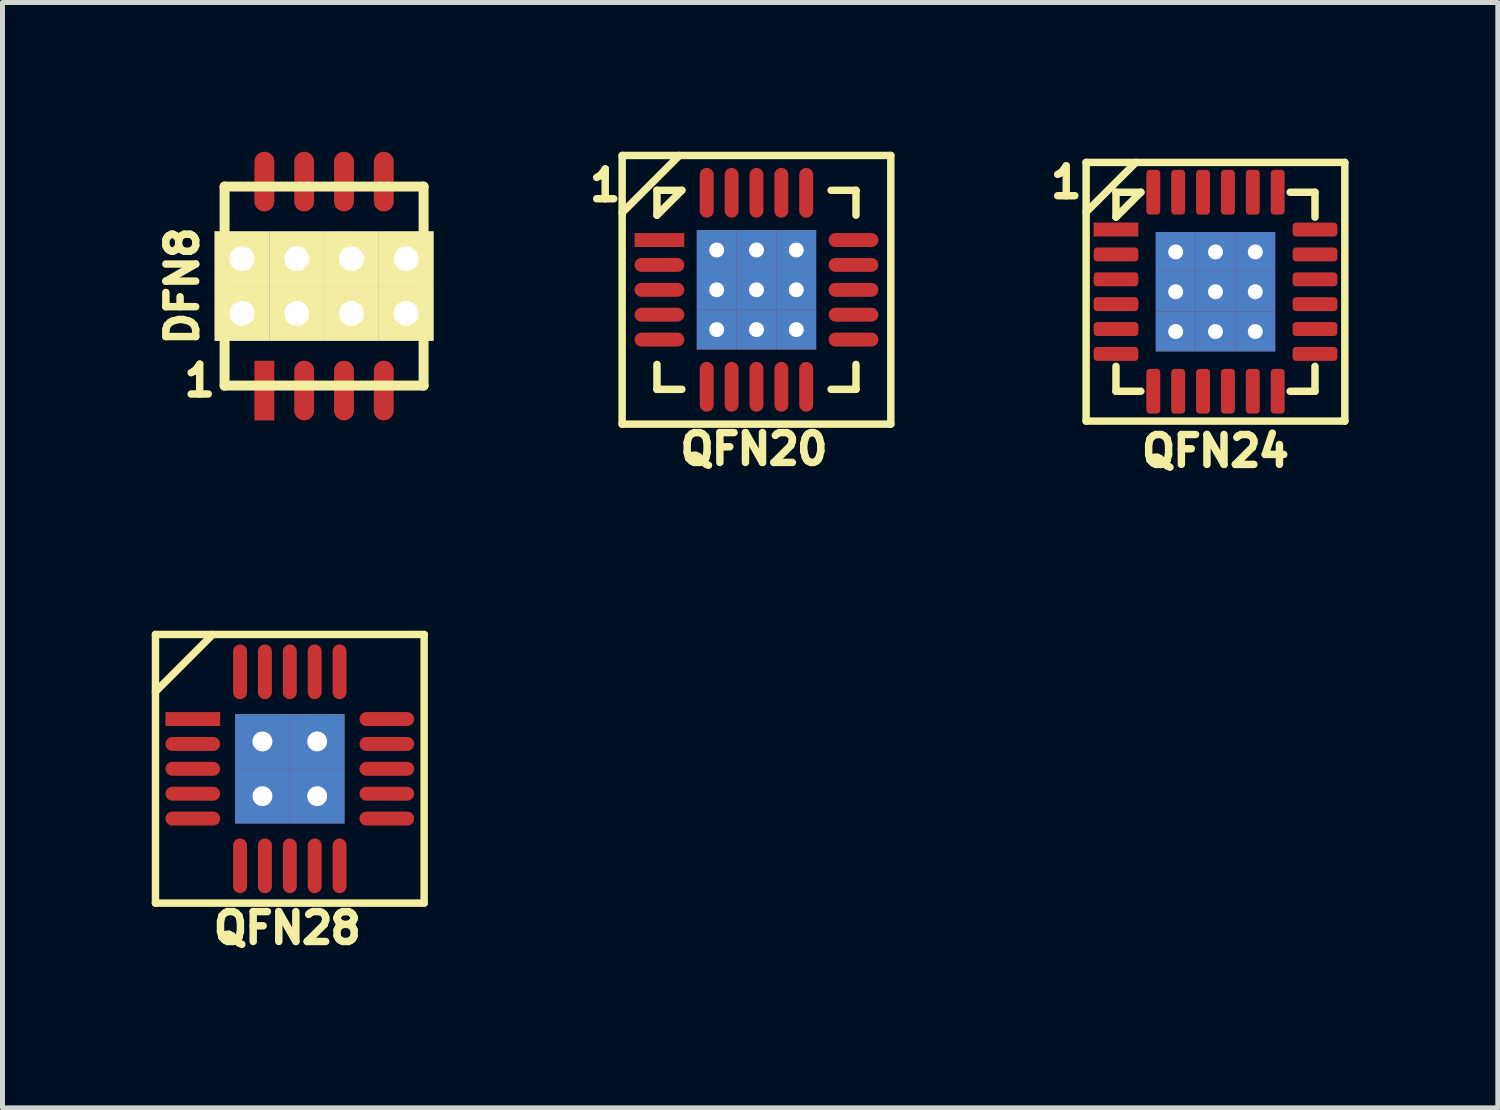
<source format=kicad_pcb>
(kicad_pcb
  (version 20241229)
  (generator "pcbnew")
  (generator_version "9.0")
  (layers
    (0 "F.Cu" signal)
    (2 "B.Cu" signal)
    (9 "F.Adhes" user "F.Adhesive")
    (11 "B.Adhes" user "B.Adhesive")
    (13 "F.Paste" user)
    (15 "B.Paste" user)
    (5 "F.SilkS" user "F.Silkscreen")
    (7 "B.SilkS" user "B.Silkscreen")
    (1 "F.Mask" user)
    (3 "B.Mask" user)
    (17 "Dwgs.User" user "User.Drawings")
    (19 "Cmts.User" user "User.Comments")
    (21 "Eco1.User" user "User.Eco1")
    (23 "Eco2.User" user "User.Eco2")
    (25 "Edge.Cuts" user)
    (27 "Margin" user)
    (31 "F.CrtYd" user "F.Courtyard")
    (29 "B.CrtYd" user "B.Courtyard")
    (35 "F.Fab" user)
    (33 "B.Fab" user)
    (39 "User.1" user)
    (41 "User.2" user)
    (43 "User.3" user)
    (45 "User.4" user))
  (footprint "QFN24"
    (layer "F.Cu")
    (at 21.381 2.814)
    (property "Reference" "QFN24" (at 0 3.2 0) (layer "F.SilkS") (effects (font (size 0.6 0.6) (thickness 0.15))))
    (attr through_hole)
    (fp_line (start -2.6 -2.6) (end 2.6 -2.6) (stroke (width 0.15) (type solid)) (layer "F.SilkS"))
    (fp_line (start -2.6 -1.6) (end -1.6 -2.6) (stroke (width 0.15) (type solid)) (layer "F.SilkS"))
    (fp_line (start -2.6 2.6) (end -2.6 -2.6) (stroke (width 0.15) (type solid)) (layer "F.SilkS"))
    (fp_line (start -2 -2) (end -1.5 -2) (stroke (width 0.15) (type solid)) (layer "F.SilkS"))
    (fp_line (start -2 -1.5) (end -2 -2) (stroke (width 0.15) (type solid)) (layer "F.SilkS"))
    (fp_line (start -2 1.5) (end -2 2) (stroke (width 0.15) (type solid)) (layer "F.SilkS"))
    (fp_line (start -2 2) (end -1.5 2) (stroke (width 0.15) (type solid)) (layer "F.SilkS"))
    (fp_line (start -1.5 -2) (end -2 -1.5) (stroke (width 0.15) (type solid)) (layer "F.SilkS"))
    (fp_line (start 1.5 -2) (end 2 -2) (stroke (width 0.15) (type solid)) (layer "F.SilkS"))
    (fp_line (start 1.5 2) (end 2 2) (stroke (width 0.15) (type solid)) (layer "F.SilkS"))
    (fp_line (start 2 -2) (end 2 -1.5) (stroke (width 0.15) (type solid)) (layer "F.SilkS"))
    (fp_line (start 2 2) (end 2 1.5) (stroke (width 0.15) (type solid)) (layer "F.SilkS"))
    (fp_line (start 2.6 -2.6) (end 2.6 2.6) (stroke (width 0.15) (type solid)) (layer "F.SilkS"))
    (fp_line (start 2.6 2.6) (end -2.6 2.6) (stroke (width 0.15) (type solid)) (layer "F.SilkS"))
    (fp_text user "1" (at -3 -2.2 0) (layer "F.SilkS") (effects (font (size 0.6 0.6) (thickness 0.15))))
    (pad "1" smd rect (at -2 -1.25) (size 0.9 0.28) (layers "F.Cu" "F.Mask" "F.Paste"))
    (pad "2" smd roundrect (at -2 -0.75) (size 0.9 0.28) (layers "F.Cu" "F.Mask" "F.Paste") (roundrect_rratio 0.25))
    (pad "3" smd roundrect (at -2 -0.25) (size 0.9 0.28) (layers "F.Cu" "F.Mask" "F.Paste") (roundrect_rratio 0.25))
    (pad "4" smd roundrect (at -2 0.25) (size 0.9 0.28) (layers "F.Cu" "F.Mask" "F.Paste") (roundrect_rratio 0.25))
    (pad "5" smd roundrect (at -2 0.75) (size 0.9 0.28) (layers "F.Cu" "F.Mask" "F.Paste") (roundrect_rratio 0.25))
    (pad "6" smd roundrect (at -2 1.25) (size 0.9 0.28) (layers "F.Cu" "F.Mask" "F.Paste") (roundrect_rratio 0.25))
    (pad "7" smd roundrect (at -1.25 2 90) (size 0.9 0.28) (layers "F.Cu" "F.Mask" "F.Paste") (roundrect_rratio 0.25))
    (pad "8" smd roundrect (at -0.75 2 90) (size 0.9 0.28) (layers "F.Cu" "F.Mask" "F.Paste") (roundrect_rratio 0.25))
    (pad "9" smd roundrect (at -0.25 2 90) (size 0.9 0.28) (layers "F.Cu" "F.Mask" "F.Paste") (roundrect_rratio 0.25))
    (pad "10" smd roundrect (at 0.25 2 90) (size 0.9 0.28) (layers "F.Cu" "F.Mask" "F.Paste") (roundrect_rratio 0.25))
    (pad "11" smd roundrect (at 0.75 2 90) (size 0.9 0.28) (layers "F.Cu" "F.Mask" "F.Paste") (roundrect_rratio 0.25))
    (pad "12" smd roundrect (at 1.25 2 90) (size 0.9 0.28) (layers "F.Cu" "F.Mask" "F.Paste") (roundrect_rratio 0.25))
    (pad "13" smd roundrect (at 2 1.25) (size 0.9 0.28) (layers "F.Cu" "F.Mask" "F.Paste") (roundrect_rratio 0.25))
    (pad "14" smd roundrect (at 2 0.75) (size 0.9 0.28) (layers "F.Cu" "F.Mask" "F.Paste") (roundrect_rratio 0.25))
    (pad "15" smd roundrect (at 2 0.25) (size 0.9 0.28) (layers "F.Cu" "F.Mask" "F.Paste") (roundrect_rratio 0.25))
    (pad "16" smd roundrect (at 2 -0.25) (size 0.9 0.28) (layers "F.Cu" "F.Mask" "F.Paste") (roundrect_rratio 0.25))
    (pad "17" smd roundrect (at 2 -0.75) (size 0.9 0.28) (layers "F.Cu" "F.Mask" "F.Paste") (roundrect_rratio 0.25))
    (pad "18" smd roundrect (at 2 -1.25) (size 0.9 0.28) (layers "F.Cu" "F.Mask" "F.Paste") (roundrect_rratio 0.25))
    (pad "19" smd roundrect (at 1.25 -2 90) (size 0.9 0.28) (layers "F.Cu" "F.Mask" "F.Paste") (roundrect_rratio 0.25))
    (pad "20" smd roundrect (at 0.75 -2 90) (size 0.9 0.28) (layers "F.Cu" "F.Mask" "F.Paste") (roundrect_rratio 0.25))
    (pad "21" smd roundrect (at 0.25 -2 90) (size 0.9 0.28) (layers "F.Cu" "F.Mask" "F.Paste") (roundrect_rratio 0.25))
    (pad "22" smd roundrect (at -0.25 -2 90) (size 0.9 0.28) (layers "F.Cu" "F.Mask" "F.Paste") (roundrect_rratio 0.25))
    (pad "23" smd roundrect (at -0.75 -2 90) (size 0.9 0.28) (layers "F.Cu" "F.Mask" "F.Paste") (roundrect_rratio 0.25))
    (pad "24" smd roundrect (at -1.25 -2 90) (size 0.9 0.28) (layers "F.Cu" "F.Mask" "F.Paste") (roundrect_rratio 0.25))
    (pad "PAD" thru_hole rect (at -0.8 -0.8) (size 0.8 0.8) (drill 0.3) (layers "*.Cu" "F.Mask" "F.Paste"))
    (pad "PAD" thru_hole rect (at -0.8 0) (size 0.8 0.8) (drill 0.3) (layers "*.Cu" "F.Mask"))
    (pad "PAD" thru_hole rect (at -0.8 0.8) (size 0.8 0.8) (drill 0.3) (layers "*.Cu" "F.Mask" "F.Paste"))
    (pad "PAD" thru_hole rect (at 0 -0.8) (size 0.8 0.8) (drill 0.3) (layers "*.Cu" "F.Mask"))
    (pad "PAD" thru_hole rect (at 0 0) (size 0.8 0.8) (drill 0.3) (layers "*.Cu" "F.Mask" "F.Paste"))
    (pad "PAD" thru_hole rect (at 0 0.8) (size 0.8 0.8) (drill 0.3) (layers "*.Cu" "F.Mask"))
    (pad "PAD" thru_hole rect (at 0.8 -0.8) (size 0.8 0.8) (drill 0.3) (layers "*.Cu" "F.Mask" "F.Paste"))
    (pad "PAD" thru_hole rect (at 0.8 0) (size 0.8 0.8) (drill 0.3) (layers "*.Cu" "F.Mask"))
    (pad "PAD" thru_hole rect (at 0.8 0.8) (size 0.8 0.8) (drill 0.3) (layers "*.Cu" "F.Mask" "F.Paste")))
  (footprint "QFN28"
    (layer "F.Cu")
    (at 2.775 12.403)
    (property "Reference" "QFN28" (at -0.05 3.2 0) (layer "F.SilkS") (effects (font (size 0.6 0.6) (thickness 0.15))))
    (attr through_hole)
    (fp_line (start -2.7 -2.7) (end 2.7 -2.7) (stroke (width 0.15) (type solid)) (layer "F.SilkS"))
    (fp_line (start -2.7 -1.55) (end -1.55 -2.7) (stroke (width 0.15) (type solid)) (layer "F.SilkS"))
    (fp_line (start -2.7 2.7) (end -2.7 -2.7) (stroke (width 0.15) (type solid)) (layer "F.SilkS"))
    (fp_line (start 2.7 -2.7) (end 2.7 2.7) (stroke (width 0.15) (type solid)) (layer "F.SilkS"))
    (fp_line (start 2.7 2.7) (end -2.7 2.7) (stroke (width 0.15) (type solid)) (layer "F.SilkS"))
    (pad "1" smd rect (at -1.95 -1) (size 1.1 0.28) (layers "F.Cu" "F.Mask" "F.Paste"))
    (pad "2" smd oval (at -1.95 -0.5) (size 1.1 0.28) (layers "F.Cu" "F.Mask" "F.Paste"))
    (pad "3" smd oval (at -1.95 0) (size 1.1 0.28) (layers "F.Cu" "F.Mask" "F.Paste"))
    (pad "4" smd oval (at -1.95 0.5) (size 1.1 0.28) (layers "F.Cu" "F.Mask" "F.Paste"))
    (pad "5" smd oval (at -1.95 1) (size 1.1 0.28) (layers "F.Cu" "F.Mask" "F.Paste"))
    (pad "6" smd oval (at -1 1.95 90) (size 1.1 0.28) (layers "F.Cu" "F.Mask" "F.Paste"))
    (pad "7" smd oval (at -0.5 1.95 90) (size 1.1 0.28) (layers "F.Cu" "F.Mask" "F.Paste"))
    (pad "8" smd oval (at 0 1.95 90) (size 1.1 0.28) (layers "F.Cu" "F.Mask" "F.Paste"))
    (pad "9" smd oval (at 0.5 1.95 90) (size 1.1 0.28) (layers "F.Cu" "F.Mask" "F.Paste"))
    (pad "10" smd oval (at 1 1.95 90) (size 1.1 0.28) (layers "F.Cu" "F.Mask" "F.Paste"))
    (pad "11" smd oval (at 1.95 1 180) (size 1.1 0.28) (layers "F.Cu" "F.Mask" "F.Paste"))
    (pad "12" smd oval (at 1.95 0.5 180) (size 1.1 0.28) (layers "F.Cu" "F.Mask" "F.Paste"))
    (pad "13" smd oval (at 1.95 0 180) (size 1.1 0.28) (layers "F.Cu" "F.Mask" "F.Paste"))
    (pad "14" smd oval (at 1.95 -0.5 180) (size 1.1 0.28) (layers "F.Cu" "F.Mask" "F.Paste"))
    (pad "15" smd oval (at 1.95 -1 180) (size 1.1 0.28) (layers "F.Cu" "F.Mask" "F.Paste"))
    (pad "16" smd oval (at 1 -1.95 90) (size 1.1 0.28) (layers "F.Cu" "F.Mask" "F.Paste"))
    (pad "17" smd oval (at 0.5 -1.95 90) (size 1.1 0.28) (layers "F.Cu" "F.Mask" "F.Paste"))
    (pad "18" smd oval (at 0 -1.95 90) (size 1.1 0.28) (layers "F.Cu" "F.Mask" "F.Paste"))
    (pad "19" smd oval (at -0.5 -1.95 90) (size 1.1 0.28) (layers "F.Cu" "F.Mask" "F.Paste"))
    (pad "20" smd oval (at -1 -1.95 90) (size 1.1 0.28) (layers "F.Cu" "F.Mask" "F.Paste"))
    (pad "PAD" thru_hole rect (at -0.55 -0.55) (size 1.1 1.1) (drill 0.4) (layers "*.Cu" "F.Mask"))
    (pad "PAD" thru_hole rect (at -0.55 0.55) (size 1.1 1.1) (drill 0.4) (layers "*.Cu" "F.Mask"))
    (pad "PAD" thru_hole rect (at 0.55 -0.55) (size 1.1 1.1) (drill 0.4) (layers "*.Cu" "F.Mask"))
    (pad "PAD" thru_hole rect (at 0.55 0.55) (size 1.1 1.1) (drill 0.4) (layers "*.Cu" "F.Mask")))
  (footprint "QFN20"
    (layer "F.Cu")
    (at 12.155 2.775)
    (property "Reference" "QFN20" (at -0.05 3.2 0) (layer "F.SilkS") (effects (font (size 0.6 0.6) (thickness 0.15))))
    (attr through_hole)
    (fp_line (start -2.7 -2.7) (end 2.7 -2.7) (stroke (width 0.15) (type solid)) (layer "F.SilkS"))
    (fp_line (start -2.7 -1.55) (end -1.55 -2.7) (stroke (width 0.15) (type solid)) (layer "F.SilkS"))
    (fp_line (start -2.7 2.7) (end -2.7 -2.7) (stroke (width 0.15) (type solid)) (layer "F.SilkS"))
    (fp_line (start -2 -2) (end -1.5 -2) (stroke (width 0.15) (type solid)) (layer "F.SilkS"))
    (fp_line (start -2 -1.5) (end -2 -2) (stroke (width 0.15) (type solid)) (layer "F.SilkS"))
    (fp_line (start -2 2) (end -2 1.5) (stroke (width 0.15) (type solid)) (layer "F.SilkS"))
    (fp_line (start -1.5 -2) (end -2 -1.5) (stroke (width 0.15) (type solid)) (layer "F.SilkS"))
    (fp_line (start -1.5 2) (end -2 2) (stroke (width 0.15) (type solid)) (layer "F.SilkS"))
    (fp_line (start 1.5 -2) (end 2 -2) (stroke (width 0.15) (type solid)) (layer "F.SilkS"))
    (fp_line (start 2 -2) (end 2 -1.5) (stroke (width 0.15) (type solid)) (layer "F.SilkS"))
    (fp_line (start 2 1.5) (end 2 2) (stroke (width 0.15) (type solid)) (layer "F.SilkS"))
    (fp_line (start 2 2) (end 1.5 2) (stroke (width 0.15) (type solid)) (layer "F.SilkS"))
    (fp_line (start 2.7 -2.7) (end 2.7 2.7) (stroke (width 0.15) (type solid)) (layer "F.SilkS"))
    (fp_line (start 2.7 2.7) (end -2.7 2.7) (stroke (width 0.15) (type solid)) (layer "F.SilkS"))
    (fp_text user "1" (at -3.04 -2.1 0) (layer "F.SilkS") (effects (font (size 0.6 0.6) (thickness 0.15))))
    (pad "1" smd rect (at -1.95 -1) (size 1 0.28) (layers "F.Cu" "F.Mask" "F.Paste"))
    (pad "2" smd oval (at -1.95 -0.5) (size 1 0.28) (layers "F.Cu" "F.Mask" "F.Paste"))
    (pad "3" smd oval (at -1.95 0) (size 1 0.28) (layers "F.Cu" "F.Mask" "F.Paste"))
    (pad "4" smd oval (at -1.95 0.5) (size 1 0.28) (layers "F.Cu" "F.Mask" "F.Paste"))
    (pad "5" smd oval (at -1.95 1) (size 1 0.28) (layers "F.Cu" "F.Mask" "F.Paste"))
    (pad "6" smd oval (at -1 1.95 90) (size 1 0.28) (layers "F.Cu" "F.Mask" "F.Paste"))
    (pad "7" smd oval (at -0.5 1.95 90) (size 1 0.28) (layers "F.Cu" "F.Mask" "F.Paste"))
    (pad "8" smd oval (at 0 1.95 90) (size 1 0.28) (layers "F.Cu" "F.Mask" "F.Paste"))
    (pad "9" smd oval (at 0.5 1.95 90) (size 1 0.28) (layers "F.Cu" "F.Mask" "F.Paste"))
    (pad "10" smd oval (at 1 1.95 90) (size 1 0.28) (layers "F.Cu" "F.Mask" "F.Paste"))
    (pad "11" smd oval (at 1.95 1 180) (size 1 0.28) (layers "F.Cu" "F.Mask" "F.Paste"))
    (pad "12" smd oval (at 1.95 0.5 180) (size 1 0.28) (layers "F.Cu" "F.Mask" "F.Paste"))
    (pad "13" smd oval (at 1.95 0 180) (size 1 0.28) (layers "F.Cu" "F.Mask" "F.Paste"))
    (pad "14" smd oval (at 1.95 -0.5 180) (size 1 0.28) (layers "F.Cu" "F.Mask" "F.Paste"))
    (pad "15" smd oval (at 1.95 -1 180) (size 1 0.28) (layers "F.Cu" "F.Mask" "F.Paste"))
    (pad "16" smd oval (at 1 -1.95 90) (size 1 0.28) (layers "F.Cu" "F.Mask" "F.Paste"))
    (pad "17" smd oval (at 0.5 -1.95 90) (size 1 0.28) (layers "F.Cu" "F.Mask" "F.Paste"))
    (pad "18" smd oval (at 0 -1.95 90) (size 1 0.28) (layers "F.Cu" "F.Mask" "F.Paste"))
    (pad "19" smd oval (at -0.5 -1.95 90) (size 1 0.28) (layers "F.Cu" "F.Mask" "F.Paste"))
    (pad "20" smd oval (at -1 -1.95 90) (size 1 0.28) (layers "F.Cu" "F.Mask" "F.Paste"))
    (pad "PAD" thru_hole rect (at -0.8 -0.8) (size 0.8 0.8) (drill 0.3) (layers "*.Cu" "F.Mask" "F.Paste"))
    (pad "PAD" thru_hole rect (at -0.8 0) (size 0.8 0.8) (drill 0.3) (layers "*.Cu" "F.Mask"))
    (pad "PAD" thru_hole rect (at -0.8 0.8) (size 0.8 0.8) (drill 0.3) (layers "*.Cu" "F.Mask" "F.Paste"))
    (pad "PAD" thru_hole rect (at 0 -0.8) (size 0.8 0.8) (drill 0.3) (layers "*.Cu" "F.Mask"))
    (pad "PAD" thru_hole rect (at 0 0) (size 0.8 0.8) (drill 0.3) (layers "*.Cu" "F.Mask" "F.Paste"))
    (pad "PAD" thru_hole rect (at 0 0.8) (size 0.8 0.8) (drill 0.3) (layers "*.Cu" "F.Mask"))
    (pad "PAD" thru_hole rect (at 0.8 -0.8) (size 0.8 0.8) (drill 0.3) (layers "*.Cu" "F.Mask" "F.Paste"))
    (pad "PAD" thru_hole rect (at 0.8 0) (size 0.8 0.8) (drill 0.3) (layers "*.Cu" "F.Mask"))
    (pad "PAD" thru_hole rect (at 0.8 0.8) (size 0.8 0.8) (drill 0.3) (layers "*.Cu" "F.Mask" "F.Paste")))
  (footprint "DFN8"
    (layer "F.Cu")
    (at 3.464 2.7)
    (property "Reference" "DFN8" (at -2.85 0 90) (layer "F.SilkS") (effects (font (size 0.6 0.6) (thickness 0.15))))
    (attr through_hole)
    (fp_line (start -2 -2) (end 2 -2) (stroke (width 0.2) (type solid)) (layer "F.SilkS"))
    (fp_line (start -2 2) (end -2 -2) (stroke (width 0.2) (type solid)) (layer "F.SilkS"))
    (fp_line (start 2 -2) (end 2 2) (stroke (width 0.2) (type solid)) (layer "F.SilkS"))
    (fp_line (start 2 2) (end -2 2) (stroke (width 0.2) (type solid)) (layer "F.SilkS"))
    (fp_text user "1" (at -2.5 1.9 0) (layer "F.SilkS") (effects (font (size 0.6 0.6) (thickness 0.15))))
    (pad "1" smd rect (at -1.2 2.1) (size 0.4 1.2) (layers "F.Cu" "F.Mask" "F.Paste"))
    (pad "2" smd oval (at -0.4 2.1) (size 0.4 1.2) (layers "F.Cu" "F.Mask" "F.Paste"))
    (pad "3" smd oval (at 0.4 2.1) (size 0.4 1.2) (layers "F.Cu" "F.Mask" "F.Paste"))
    (pad "4" smd oval (at 1.2 2.1) (size 0.4 1.2) (layers "F.Cu" "F.Mask" "F.Paste"))
    (pad "5" smd oval (at 1.2 -2.1) (size 0.4 1.2) (layers "F.Cu" "F.Mask" "F.Paste"))
    (pad "6" smd oval (at 0.4 -2.1) (size 0.4 1.2) (layers "F.Cu" "F.Mask" "F.Paste"))
    (pad "7" smd oval (at -0.4 -2.1) (size 0.4 1.2) (layers "F.Cu" "F.Mask" "F.Paste"))
    (pad "8" smd oval (at -1.2 -2.1) (size 0.4 1.2) (layers "F.Cu" "F.Mask" "F.Paste"))
    (pad "PAD" thru_hole rect (at -1.65 -0.55) (size 1.1 1.1) (drill 0.5) (layers "*.Cu" "F.Mask" "F.SilkS"))
    (pad "PAD" thru_hole rect (at -1.65 0.55) (size 1.1 1.1) (drill 0.5) (layers "*.Cu" "F.Mask" "F.SilkS"))
    (pad "PAD" thru_hole rect (at -0.55 -0.55) (size 1.1 1.1) (drill 0.5) (layers "*.Cu" "F.Mask" "F.SilkS"))
    (pad "PAD" thru_hole rect (at -0.55 0.55) (size 1.1 1.1) (drill 0.5) (layers "*.Cu" "F.Mask" "F.SilkS"))
    (pad "PAD" thru_hole rect (at 0.55 -0.55) (size 1.1 1.1) (drill 0.5) (layers "*.Cu" "F.Mask" "F.SilkS"))
    (pad "PAD" thru_hole rect (at 0.55 0.55) (size 1.1 1.1) (drill 0.5) (layers "*.Cu" "F.Mask" "F.SilkS"))
    (pad "PAD" thru_hole rect (at 1.65 -0.55) (size 1.1 1.1) (drill 0.5) (layers "*.Cu" "F.Mask" "F.SilkS"))
    (pad "PAD" thru_hole rect (at 1.65 0.55) (size 1.1 1.1) (drill 0.5) (layers "*.Cu" "F.Mask" "F.SilkS")))
  (gr_rect
    (start -3 -3)
    (end 27.056 19.218)
    (stroke (width 0.1) (type default))
    (fill no)
    (layer "Edge.Cuts")))
</source>
